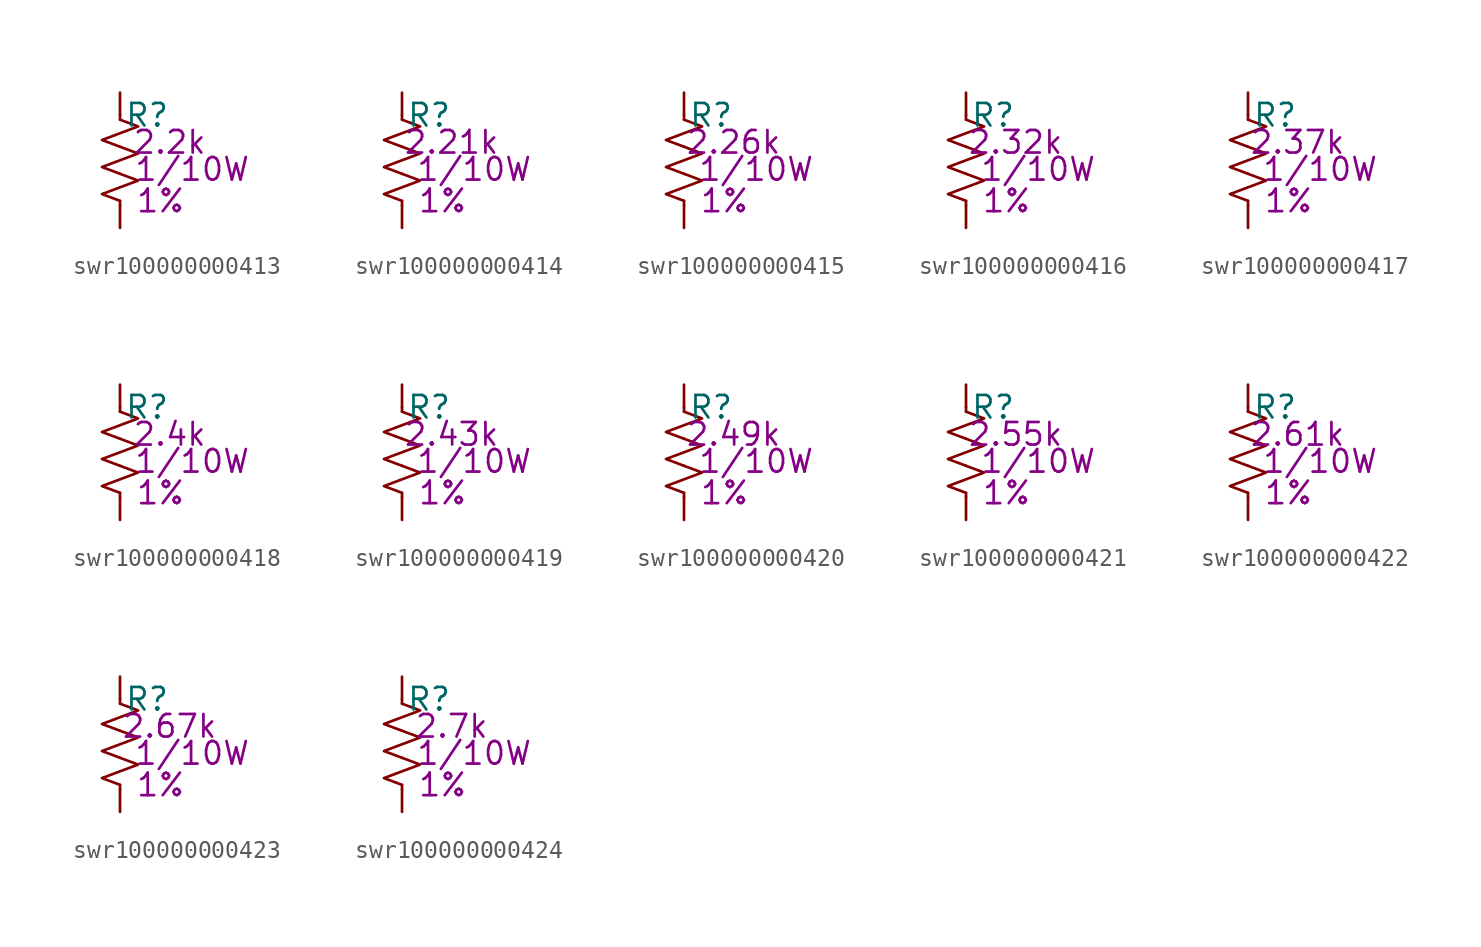
<source format=kicad_sym>
(kicad_symbol_lib
  (version 20211014)
  (generator kicad_symbol_editor)
  (symbol "swr100000000413"
    (pin_numbers hide)
    (pin_names
      (offset 1.016))
    (property "Reference" "R"
      (at 1.524 2.54 0)
      (effects (font (size 1.27 1.27))))
    (property "Tolerance" "1%"
      (at 2.286 -2.286 0)
      (effects (font (size 1.27 1.27))))
    (property "Wattage" "1/10W"
      (at 4.064 -0.508 0)
      (effects (font (size 1.27 1.27))))
    (property "PartValue" "2.2k"
      (at 2.794 1.016 0)
      (effects (font (size 1.27 1.27))))
    (symbol "swr100000000413_1_1"
      (polyline (pts (xy 0 -2.286) (xy 0 -2.54)) (stroke (width 0) (type default) (color 0 0 0 0)) (fill (type none)))
      (polyline (pts (xy 0 2.286) (xy 0 2.54)) (stroke (width 0) (type default) (color 0 0 0 0)) (fill (type none)))
      (polyline (pts (xy 0 -0.762) (xy 1.016 -1.143) (xy 0 -1.524) (xy -1.016 -1.905) (xy 0 -2.286)) (stroke (width 0) (type default) (color 0 0 0 0)) (fill (type none)))
      (polyline (pts (xy 0 0.762) (xy 1.016 0.381) (xy 0 0) (xy -1.016 -0.381) (xy 0 -0.762)) (stroke (width 0) (type default) (color 0 0 0 0)) (fill (type none)))
      (polyline (pts (xy 0 2.286) (xy 1.016 1.905) (xy 0 1.524) (xy -1.016 1.143) (xy 0 0.762)) (stroke (width 0) (type default) (color 0 0 0 0)) (fill (type none)))
      (pin passive line (at 0 3.81 270) (length 1.27) (name "~" (effects (font (size 1.27 1.27)))) (number "1" (effects (font (size 1.27 1.27)))))
      (pin passive line (at 0 -3.81 90) (length 1.27) (name "~" (effects (font (size 1.27 1.27)))) (number "2" (effects (font (size 1.27 1.27)))))))
  (symbol "swr100000000414"
    (pin_numbers hide)
    (pin_names
      (offset 1.016))
    (property "Reference" "R"
      (at 1.524 2.54 0)
      (effects (font (size 1.27 1.27))))
    (property "Tolerance" "1%"
      (at 2.286 -2.286 0)
      (effects (font (size 1.27 1.27))))
    (property "Wattage" "1/10W"
      (at 4.064 -0.508 0)
      (effects (font (size 1.27 1.27))))
    (property "PartValue" "2.21k"
      (at 2.794 1.016 0)
      (effects (font (size 1.27 1.27))))
    (symbol "swr100000000414_1_1"
      (polyline (pts (xy 0 -2.286) (xy 0 -2.54)) (stroke (width 0) (type default) (color 0 0 0 0)) (fill (type none)))
      (polyline (pts (xy 0 2.286) (xy 0 2.54)) (stroke (width 0) (type default) (color 0 0 0 0)) (fill (type none)))
      (polyline (pts (xy 0 -0.762) (xy 1.016 -1.143) (xy 0 -1.524) (xy -1.016 -1.905) (xy 0 -2.286)) (stroke (width 0) (type default) (color 0 0 0 0)) (fill (type none)))
      (polyline (pts (xy 0 0.762) (xy 1.016 0.381) (xy 0 0) (xy -1.016 -0.381) (xy 0 -0.762)) (stroke (width 0) (type default) (color 0 0 0 0)) (fill (type none)))
      (polyline (pts (xy 0 2.286) (xy 1.016 1.905) (xy 0 1.524) (xy -1.016 1.143) (xy 0 0.762)) (stroke (width 0) (type default) (color 0 0 0 0)) (fill (type none)))
      (pin passive line (at 0 3.81 270) (length 1.27) (name "~" (effects (font (size 1.27 1.27)))) (number "1" (effects (font (size 1.27 1.27)))))
      (pin passive line (at 0 -3.81 90) (length 1.27) (name "~" (effects (font (size 1.27 1.27)))) (number "2" (effects (font (size 1.27 1.27)))))))
  (symbol "swr100000000415"
    (pin_numbers hide)
    (pin_names
      (offset 1.016))
    (property "Reference" "R"
      (at 1.524 2.54 0)
      (effects (font (size 1.27 1.27))))
    (property "Tolerance" "1%"
      (at 2.286 -2.286 0)
      (effects (font (size 1.27 1.27))))
    (property "Wattage" "1/10W"
      (at 4.064 -0.508 0)
      (effects (font (size 1.27 1.27))))
    (property "PartValue" "2.26k"
      (at 2.794 1.016 0)
      (effects (font (size 1.27 1.27))))
    (symbol "swr100000000415_1_1"
      (polyline (pts (xy 0 -2.286) (xy 0 -2.54)) (stroke (width 0) (type default) (color 0 0 0 0)) (fill (type none)))
      (polyline (pts (xy 0 2.286) (xy 0 2.54)) (stroke (width 0) (type default) (color 0 0 0 0)) (fill (type none)))
      (polyline (pts (xy 0 -0.762) (xy 1.016 -1.143) (xy 0 -1.524) (xy -1.016 -1.905) (xy 0 -2.286)) (stroke (width 0) (type default) (color 0 0 0 0)) (fill (type none)))
      (polyline (pts (xy 0 0.762) (xy 1.016 0.381) (xy 0 0) (xy -1.016 -0.381) (xy 0 -0.762)) (stroke (width 0) (type default) (color 0 0 0 0)) (fill (type none)))
      (polyline (pts (xy 0 2.286) (xy 1.016 1.905) (xy 0 1.524) (xy -1.016 1.143) (xy 0 0.762)) (stroke (width 0) (type default) (color 0 0 0 0)) (fill (type none)))
      (pin passive line (at 0 3.81 270) (length 1.27) (name "~" (effects (font (size 1.27 1.27)))) (number "1" (effects (font (size 1.27 1.27)))))
      (pin passive line (at 0 -3.81 90) (length 1.27) (name "~" (effects (font (size 1.27 1.27)))) (number "2" (effects (font (size 1.27 1.27)))))))
  (symbol "swr100000000416"
    (pin_numbers hide)
    (pin_names
      (offset 1.016))
    (property "Reference" "R"
      (at 1.524 2.54 0)
      (effects (font (size 1.27 1.27))))
    (property "Tolerance" "1%"
      (at 2.286 -2.286 0)
      (effects (font (size 1.27 1.27))))
    (property "Wattage" "1/10W"
      (at 4.064 -0.508 0)
      (effects (font (size 1.27 1.27))))
    (property "PartValue" "2.32k"
      (at 2.794 1.016 0)
      (effects (font (size 1.27 1.27))))
    (symbol "swr100000000416_1_1"
      (polyline (pts (xy 0 -2.286) (xy 0 -2.54)) (stroke (width 0) (type default) (color 0 0 0 0)) (fill (type none)))
      (polyline (pts (xy 0 2.286) (xy 0 2.54)) (stroke (width 0) (type default) (color 0 0 0 0)) (fill (type none)))
      (polyline (pts (xy 0 -0.762) (xy 1.016 -1.143) (xy 0 -1.524) (xy -1.016 -1.905) (xy 0 -2.286)) (stroke (width 0) (type default) (color 0 0 0 0)) (fill (type none)))
      (polyline (pts (xy 0 0.762) (xy 1.016 0.381) (xy 0 0) (xy -1.016 -0.381) (xy 0 -0.762)) (stroke (width 0) (type default) (color 0 0 0 0)) (fill (type none)))
      (polyline (pts (xy 0 2.286) (xy 1.016 1.905) (xy 0 1.524) (xy -1.016 1.143) (xy 0 0.762)) (stroke (width 0) (type default) (color 0 0 0 0)) (fill (type none)))
      (pin passive line (at 0 3.81 270) (length 1.27) (name "~" (effects (font (size 1.27 1.27)))) (number "1" (effects (font (size 1.27 1.27)))))
      (pin passive line (at 0 -3.81 90) (length 1.27) (name "~" (effects (font (size 1.27 1.27)))) (number "2" (effects (font (size 1.27 1.27)))))))
  (symbol "swr100000000417"
    (pin_numbers hide)
    (pin_names
      (offset 1.016))
    (property "Reference" "R"
      (at 1.524 2.54 0)
      (effects (font (size 1.27 1.27))))
    (property "Tolerance" "1%"
      (at 2.286 -2.286 0)
      (effects (font (size 1.27 1.27))))
    (property "Wattage" "1/10W"
      (at 4.064 -0.508 0)
      (effects (font (size 1.27 1.27))))
    (property "PartValue" "2.37k"
      (at 2.794 1.016 0)
      (effects (font (size 1.27 1.27))))
    (symbol "swr100000000417_1_1"
      (polyline (pts (xy 0 -2.286) (xy 0 -2.54)) (stroke (width 0) (type default) (color 0 0 0 0)) (fill (type none)))
      (polyline (pts (xy 0 2.286) (xy 0 2.54)) (stroke (width 0) (type default) (color 0 0 0 0)) (fill (type none)))
      (polyline (pts (xy 0 -0.762) (xy 1.016 -1.143) (xy 0 -1.524) (xy -1.016 -1.905) (xy 0 -2.286)) (stroke (width 0) (type default) (color 0 0 0 0)) (fill (type none)))
      (polyline (pts (xy 0 0.762) (xy 1.016 0.381) (xy 0 0) (xy -1.016 -0.381) (xy 0 -0.762)) (stroke (width 0) (type default) (color 0 0 0 0)) (fill (type none)))
      (polyline (pts (xy 0 2.286) (xy 1.016 1.905) (xy 0 1.524) (xy -1.016 1.143) (xy 0 0.762)) (stroke (width 0) (type default) (color 0 0 0 0)) (fill (type none)))
      (pin passive line (at 0 3.81 270) (length 1.27) (name "~" (effects (font (size 1.27 1.27)))) (number "1" (effects (font (size 1.27 1.27)))))
      (pin passive line (at 0 -3.81 90) (length 1.27) (name "~" (effects (font (size 1.27 1.27)))) (number "2" (effects (font (size 1.27 1.27)))))))
  (symbol "swr100000000418"
    (pin_numbers hide)
    (pin_names
      (offset 1.016))
    (property "Reference" "R"
      (at 1.524 2.54 0)
      (effects (font (size 1.27 1.27))))
    (property "Tolerance" "1%"
      (at 2.286 -2.286 0)
      (effects (font (size 1.27 1.27))))
    (property "Wattage" "1/10W"
      (at 4.064 -0.508 0)
      (effects (font (size 1.27 1.27))))
    (property "PartValue" "2.4k"
      (at 2.794 1.016 0)
      (effects (font (size 1.27 1.27))))
    (symbol "swr100000000418_1_1"
      (polyline (pts (xy 0 -2.286) (xy 0 -2.54)) (stroke (width 0) (type default) (color 0 0 0 0)) (fill (type none)))
      (polyline (pts (xy 0 2.286) (xy 0 2.54)) (stroke (width 0) (type default) (color 0 0 0 0)) (fill (type none)))
      (polyline (pts (xy 0 -0.762) (xy 1.016 -1.143) (xy 0 -1.524) (xy -1.016 -1.905) (xy 0 -2.286)) (stroke (width 0) (type default) (color 0 0 0 0)) (fill (type none)))
      (polyline (pts (xy 0 0.762) (xy 1.016 0.381) (xy 0 0) (xy -1.016 -0.381) (xy 0 -0.762)) (stroke (width 0) (type default) (color 0 0 0 0)) (fill (type none)))
      (polyline (pts (xy 0 2.286) (xy 1.016 1.905) (xy 0 1.524) (xy -1.016 1.143) (xy 0 0.762)) (stroke (width 0) (type default) (color 0 0 0 0)) (fill (type none)))
      (pin passive line (at 0 3.81 270) (length 1.27) (name "~" (effects (font (size 1.27 1.27)))) (number "1" (effects (font (size 1.27 1.27)))))
      (pin passive line (at 0 -3.81 90) (length 1.27) (name "~" (effects (font (size 1.27 1.27)))) (number "2" (effects (font (size 1.27 1.27)))))))
  (symbol "swr100000000419"
    (pin_numbers hide)
    (pin_names
      (offset 1.016))
    (property "Reference" "R"
      (at 1.524 2.54 0)
      (effects (font (size 1.27 1.27))))
    (property "Tolerance" "1%"
      (at 2.286 -2.286 0)
      (effects (font (size 1.27 1.27))))
    (property "Wattage" "1/10W"
      (at 4.064 -0.508 0)
      (effects (font (size 1.27 1.27))))
    (property "PartValue" "2.43k"
      (at 2.794 1.016 0)
      (effects (font (size 1.27 1.27))))
    (symbol "swr100000000419_1_1"
      (polyline (pts (xy 0 -2.286) (xy 0 -2.54)) (stroke (width 0) (type default) (color 0 0 0 0)) (fill (type none)))
      (polyline (pts (xy 0 2.286) (xy 0 2.54)) (stroke (width 0) (type default) (color 0 0 0 0)) (fill (type none)))
      (polyline (pts (xy 0 -0.762) (xy 1.016 -1.143) (xy 0 -1.524) (xy -1.016 -1.905) (xy 0 -2.286)) (stroke (width 0) (type default) (color 0 0 0 0)) (fill (type none)))
      (polyline (pts (xy 0 0.762) (xy 1.016 0.381) (xy 0 0) (xy -1.016 -0.381) (xy 0 -0.762)) (stroke (width 0) (type default) (color 0 0 0 0)) (fill (type none)))
      (polyline (pts (xy 0 2.286) (xy 1.016 1.905) (xy 0 1.524) (xy -1.016 1.143) (xy 0 0.762)) (stroke (width 0) (type default) (color 0 0 0 0)) (fill (type none)))
      (pin passive line (at 0 3.81 270) (length 1.27) (name "~" (effects (font (size 1.27 1.27)))) (number "1" (effects (font (size 1.27 1.27)))))
      (pin passive line (at 0 -3.81 90) (length 1.27) (name "~" (effects (font (size 1.27 1.27)))) (number "2" (effects (font (size 1.27 1.27)))))))
  (symbol "swr100000000420"
    (pin_numbers hide)
    (pin_names
      (offset 1.016))
    (property "Reference" "R"
      (at 1.524 2.54 0)
      (effects (font (size 1.27 1.27))))
    (property "Tolerance" "1%"
      (at 2.286 -2.286 0)
      (effects (font (size 1.27 1.27))))
    (property "Wattage" "1/10W"
      (at 4.064 -0.508 0)
      (effects (font (size 1.27 1.27))))
    (property "PartValue" "2.49k"
      (at 2.794 1.016 0)
      (effects (font (size 1.27 1.27))))
    (symbol "swr100000000420_1_1"
      (polyline (pts (xy 0 -2.286) (xy 0 -2.54)) (stroke (width 0) (type default) (color 0 0 0 0)) (fill (type none)))
      (polyline (pts (xy 0 2.286) (xy 0 2.54)) (stroke (width 0) (type default) (color 0 0 0 0)) (fill (type none)))
      (polyline (pts (xy 0 -0.762) (xy 1.016 -1.143) (xy 0 -1.524) (xy -1.016 -1.905) (xy 0 -2.286)) (stroke (width 0) (type default) (color 0 0 0 0)) (fill (type none)))
      (polyline (pts (xy 0 0.762) (xy 1.016 0.381) (xy 0 0) (xy -1.016 -0.381) (xy 0 -0.762)) (stroke (width 0) (type default) (color 0 0 0 0)) (fill (type none)))
      (polyline (pts (xy 0 2.286) (xy 1.016 1.905) (xy 0 1.524) (xy -1.016 1.143) (xy 0 0.762)) (stroke (width 0) (type default) (color 0 0 0 0)) (fill (type none)))
      (pin passive line (at 0 3.81 270) (length 1.27) (name "~" (effects (font (size 1.27 1.27)))) (number "1" (effects (font (size 1.27 1.27)))))
      (pin passive line (at 0 -3.81 90) (length 1.27) (name "~" (effects (font (size 1.27 1.27)))) (number "2" (effects (font (size 1.27 1.27)))))))
  (symbol "swr100000000421"
    (pin_numbers hide)
    (pin_names
      (offset 1.016))
    (property "Reference" "R"
      (at 1.524 2.54 0)
      (effects (font (size 1.27 1.27))))
    (property "Tolerance" "1%"
      (at 2.286 -2.286 0)
      (effects (font (size 1.27 1.27))))
    (property "Wattage" "1/10W"
      (at 4.064 -0.508 0)
      (effects (font (size 1.27 1.27))))
    (property "PartValue" "2.55k"
      (at 2.794 1.016 0)
      (effects (font (size 1.27 1.27))))
    (symbol "swr100000000421_1_1"
      (polyline (pts (xy 0 -2.286) (xy 0 -2.54)) (stroke (width 0) (type default) (color 0 0 0 0)) (fill (type none)))
      (polyline (pts (xy 0 2.286) (xy 0 2.54)) (stroke (width 0) (type default) (color 0 0 0 0)) (fill (type none)))
      (polyline (pts (xy 0 -0.762) (xy 1.016 -1.143) (xy 0 -1.524) (xy -1.016 -1.905) (xy 0 -2.286)) (stroke (width 0) (type default) (color 0 0 0 0)) (fill (type none)))
      (polyline (pts (xy 0 0.762) (xy 1.016 0.381) (xy 0 0) (xy -1.016 -0.381) (xy 0 -0.762)) (stroke (width 0) (type default) (color 0 0 0 0)) (fill (type none)))
      (polyline (pts (xy 0 2.286) (xy 1.016 1.905) (xy 0 1.524) (xy -1.016 1.143) (xy 0 0.762)) (stroke (width 0) (type default) (color 0 0 0 0)) (fill (type none)))
      (pin passive line (at 0 3.81 270) (length 1.27) (name "~" (effects (font (size 1.27 1.27)))) (number "1" (effects (font (size 1.27 1.27)))))
      (pin passive line (at 0 -3.81 90) (length 1.27) (name "~" (effects (font (size 1.27 1.27)))) (number "2" (effects (font (size 1.27 1.27)))))))
  (symbol "swr100000000422"
    (pin_numbers hide)
    (pin_names
      (offset 1.016))
    (property "Reference" "R"
      (at 1.524 2.54 0)
      (effects (font (size 1.27 1.27))))
    (property "Tolerance" "1%"
      (at 2.286 -2.286 0)
      (effects (font (size 1.27 1.27))))
    (property "Wattage" "1/10W"
      (at 4.064 -0.508 0)
      (effects (font (size 1.27 1.27))))
    (property "PartValue" "2.61k"
      (at 2.794 1.016 0)
      (effects (font (size 1.27 1.27))))
    (symbol "swr100000000422_1_1"
      (polyline (pts (xy 0 -2.286) (xy 0 -2.54)) (stroke (width 0) (type default) (color 0 0 0 0)) (fill (type none)))
      (polyline (pts (xy 0 2.286) (xy 0 2.54)) (stroke (width 0) (type default) (color 0 0 0 0)) (fill (type none)))
      (polyline (pts (xy 0 -0.762) (xy 1.016 -1.143) (xy 0 -1.524) (xy -1.016 -1.905) (xy 0 -2.286)) (stroke (width 0) (type default) (color 0 0 0 0)) (fill (type none)))
      (polyline (pts (xy 0 0.762) (xy 1.016 0.381) (xy 0 0) (xy -1.016 -0.381) (xy 0 -0.762)) (stroke (width 0) (type default) (color 0 0 0 0)) (fill (type none)))
      (polyline (pts (xy 0 2.286) (xy 1.016 1.905) (xy 0 1.524) (xy -1.016 1.143) (xy 0 0.762)) (stroke (width 0) (type default) (color 0 0 0 0)) (fill (type none)))
      (pin passive line (at 0 3.81 270) (length 1.27) (name "~" (effects (font (size 1.27 1.27)))) (number "1" (effects (font (size 1.27 1.27)))))
      (pin passive line (at 0 -3.81 90) (length 1.27) (name "~" (effects (font (size 1.27 1.27)))) (number "2" (effects (font (size 1.27 1.27)))))))
  (symbol "swr100000000423"
    (pin_numbers hide)
    (pin_names
      (offset 1.016))
    (property "Reference" "R"
      (at 1.524 2.54 0)
      (effects (font (size 1.27 1.27))))
    (property "Tolerance" "1%"
      (at 2.286 -2.286 0)
      (effects (font (size 1.27 1.27))))
    (property "Wattage" "1/10W"
      (at 4.064 -0.508 0)
      (effects (font (size 1.27 1.27))))
    (property "PartValue" "2.67k"
      (at 2.794 1.016 0)
      (effects (font (size 1.27 1.27))))
    (symbol "swr100000000423_1_1"
      (polyline (pts (xy 0 -2.286) (xy 0 -2.54)) (stroke (width 0) (type default) (color 0 0 0 0)) (fill (type none)))
      (polyline (pts (xy 0 2.286) (xy 0 2.54)) (stroke (width 0) (type default) (color 0 0 0 0)) (fill (type none)))
      (polyline (pts (xy 0 -0.762) (xy 1.016 -1.143) (xy 0 -1.524) (xy -1.016 -1.905) (xy 0 -2.286)) (stroke (width 0) (type default) (color 0 0 0 0)) (fill (type none)))
      (polyline (pts (xy 0 0.762) (xy 1.016 0.381) (xy 0 0) (xy -1.016 -0.381) (xy 0 -0.762)) (stroke (width 0) (type default) (color 0 0 0 0)) (fill (type none)))
      (polyline (pts (xy 0 2.286) (xy 1.016 1.905) (xy 0 1.524) (xy -1.016 1.143) (xy 0 0.762)) (stroke (width 0) (type default) (color 0 0 0 0)) (fill (type none)))
      (pin passive line (at 0 3.81 270) (length 1.27) (name "~" (effects (font (size 1.27 1.27)))) (number "1" (effects (font (size 1.27 1.27)))))
      (pin passive line (at 0 -3.81 90) (length 1.27) (name "~" (effects (font (size 1.27 1.27)))) (number "2" (effects (font (size 1.27 1.27)))))))
  (symbol "swr100000000424"
    (pin_numbers hide)
    (pin_names
      (offset 1.016))
    (property "Reference" "R"
      (at 1.524 2.54 0)
      (effects (font (size 1.27 1.27))))
    (property "Tolerance" "1%"
      (at 2.286 -2.286 0)
      (effects (font (size 1.27 1.27))))
    (property "Wattage" "1/10W"
      (at 4.064 -0.508 0)
      (effects (font (size 1.27 1.27))))
    (property "PartValue" "2.7k"
      (at 2.794 1.016 0)
      (effects (font (size 1.27 1.27))))
    (symbol "swr100000000424_1_1"
      (polyline (pts (xy 0 -2.286) (xy 0 -2.54)) (stroke (width 0) (type default) (color 0 0 0 0)) (fill (type none)))
      (polyline (pts (xy 0 2.286) (xy 0 2.54)) (stroke (width 0) (type default) (color 0 0 0 0)) (fill (type none)))
      (polyline (pts (xy 0 -0.762) (xy 1.016 -1.143) (xy 0 -1.524) (xy -1.016 -1.905) (xy 0 -2.286)) (stroke (width 0) (type default) (color 0 0 0 0)) (fill (type none)))
      (polyline (pts (xy 0 0.762) (xy 1.016 0.381) (xy 0 0) (xy -1.016 -0.381) (xy 0 -0.762)) (stroke (width 0) (type default) (color 0 0 0 0)) (fill (type none)))
      (polyline (pts (xy 0 2.286) (xy 1.016 1.905) (xy 0 1.524) (xy -1.016 1.143) (xy 0 0.762)) (stroke (width 0) (type default) (color 0 0 0 0)) (fill (type none)))
      (pin passive line (at 0 3.81 270) (length 1.27) (name "~" (effects (font (size 1.27 1.27)))) (number "1" (effects (font (size 1.27 1.27)))))
      (pin passive line (at 0 -3.81 90) (length 1.27) (name "~" (effects (font (size 1.27 1.27)))) (number "2" (effects (font (size 1.27 1.27))))))))
</source>
